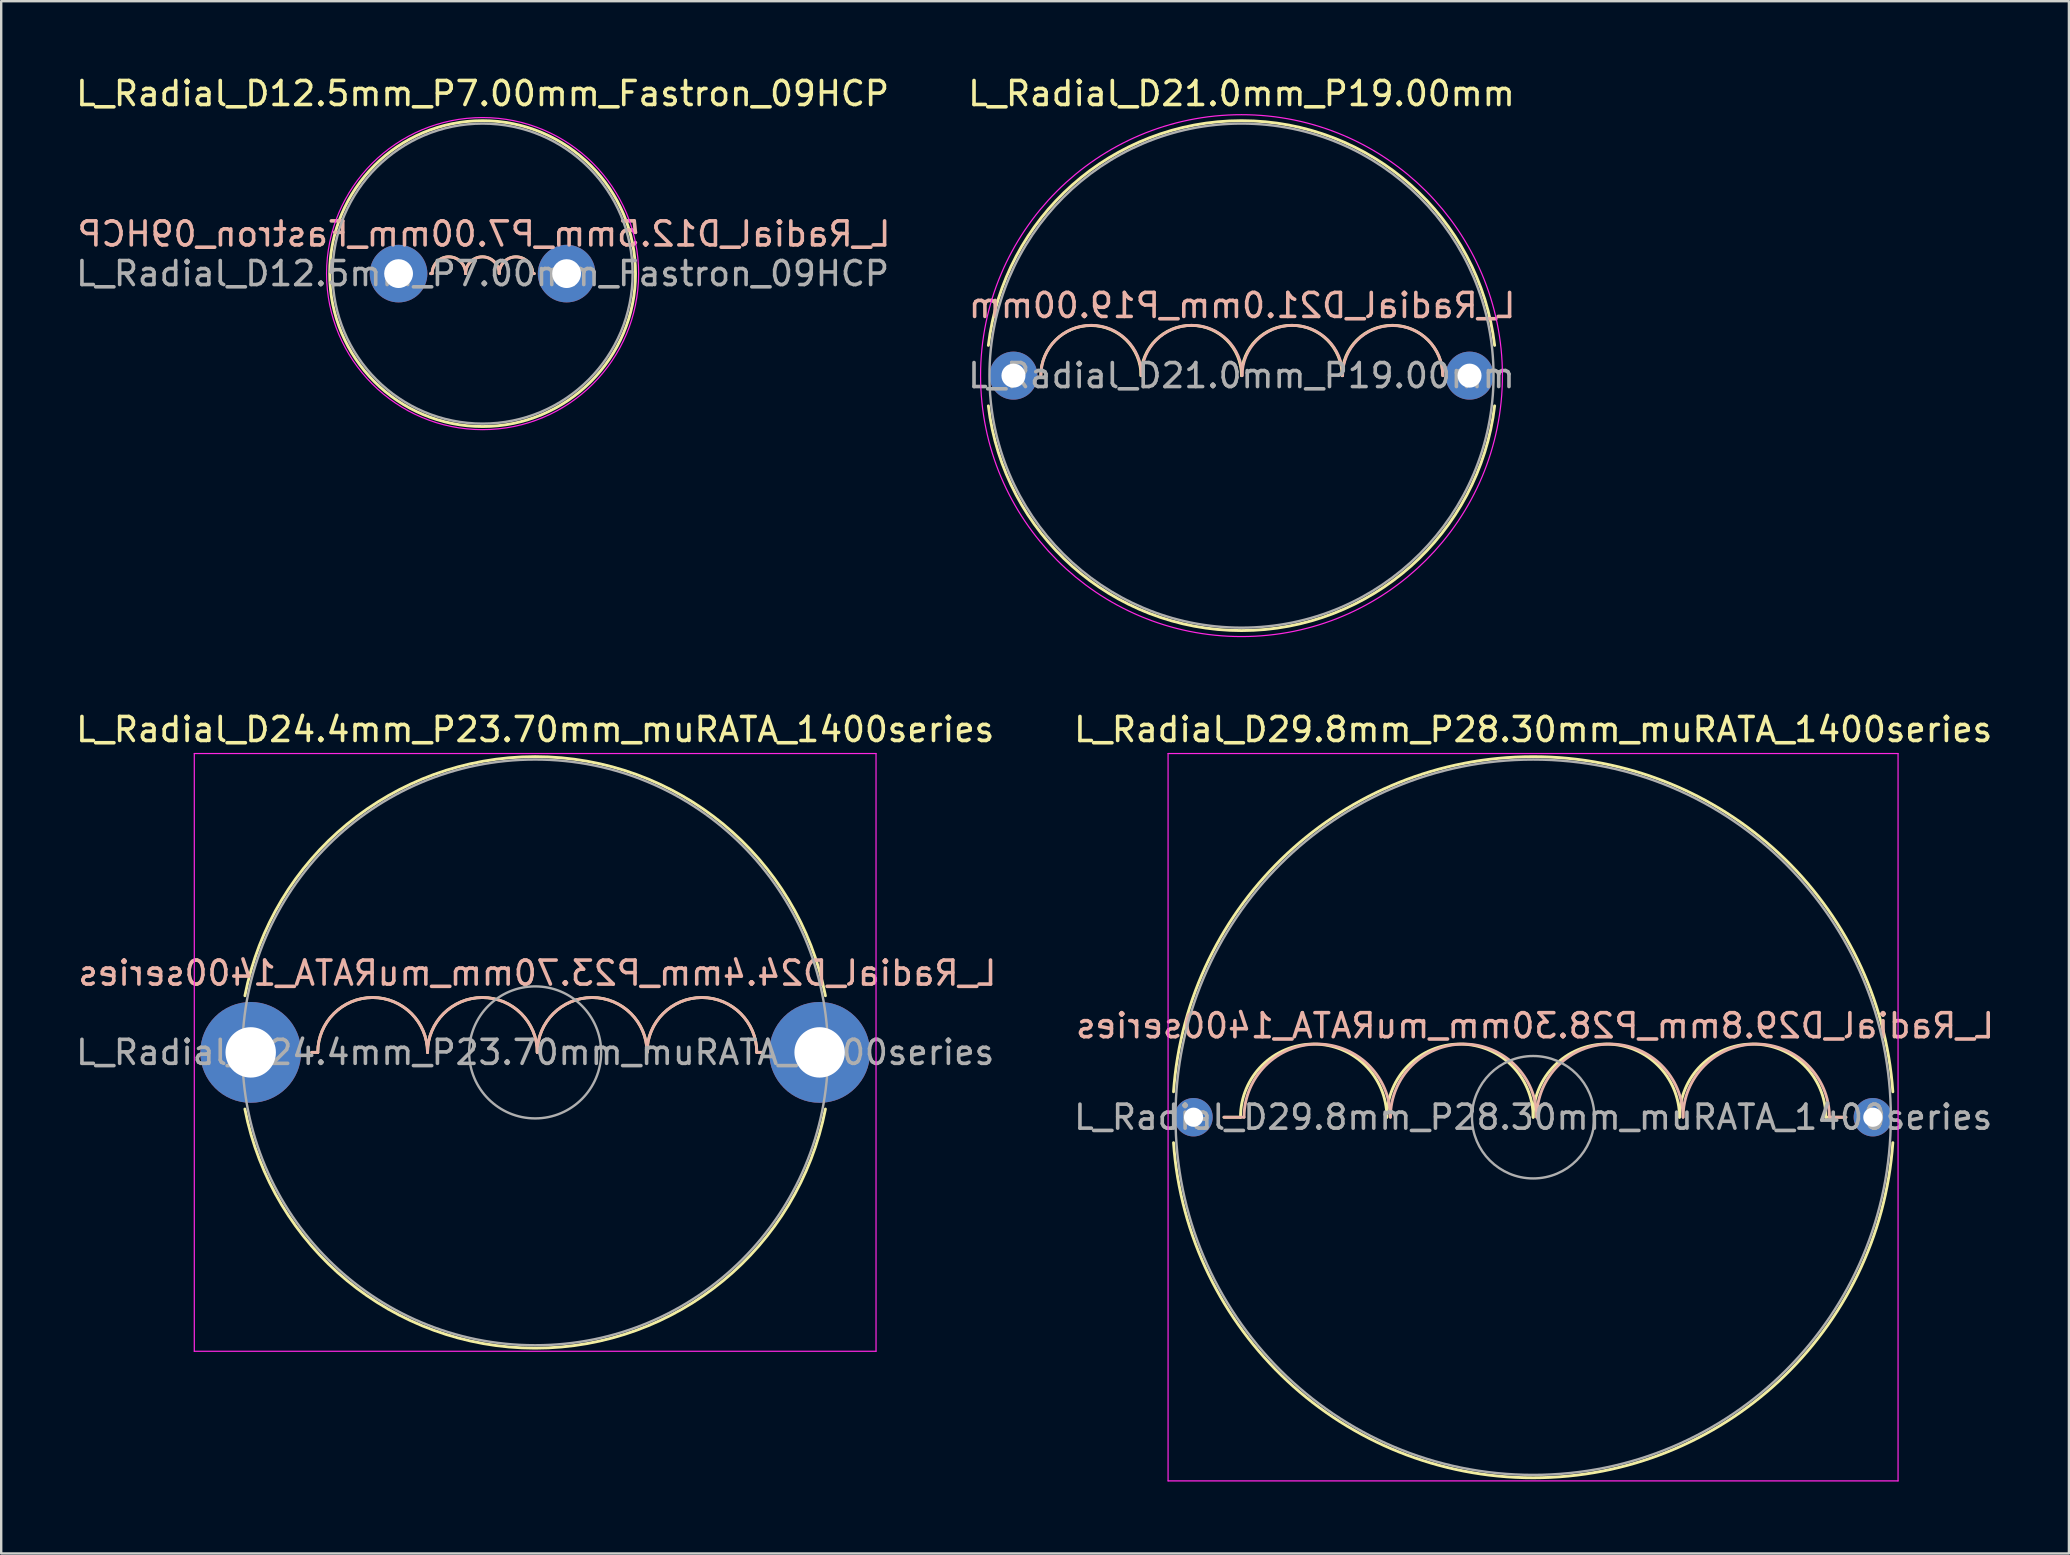
<source format=kicad_pcb>
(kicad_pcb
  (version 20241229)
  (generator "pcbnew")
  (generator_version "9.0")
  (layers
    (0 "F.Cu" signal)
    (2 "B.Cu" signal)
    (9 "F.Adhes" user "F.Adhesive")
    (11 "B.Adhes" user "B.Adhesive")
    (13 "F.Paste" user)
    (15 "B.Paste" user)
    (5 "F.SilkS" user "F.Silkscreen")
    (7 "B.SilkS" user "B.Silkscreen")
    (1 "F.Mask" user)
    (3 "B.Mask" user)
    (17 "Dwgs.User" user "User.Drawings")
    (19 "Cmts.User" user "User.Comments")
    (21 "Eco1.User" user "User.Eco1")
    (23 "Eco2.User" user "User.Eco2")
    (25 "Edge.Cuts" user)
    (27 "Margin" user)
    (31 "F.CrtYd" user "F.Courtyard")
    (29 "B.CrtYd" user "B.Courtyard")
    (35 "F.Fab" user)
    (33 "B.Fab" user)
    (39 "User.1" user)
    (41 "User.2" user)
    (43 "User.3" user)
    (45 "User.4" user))
  (footprint "L_Radial_D24.4mm_P23.70mm_muRATA_1400series"
    (layer "F.Cu")
    (at 7.394 40.791)
    (property "Reference" "L_Radial_D24.4mm_P23.70mm_muRATA_1400series" (at 11.85 -13.45 0) (layer "F.SilkS") (effects (font (size 1 1) (thickness 0.15))))
    (fp_line (start 2.794 0) (end 2.54 0) (stroke (width 0.12) (type solid)) (layer "F.SilkS"))
    (fp_line (start 21.082 0) (end 21.336 0) (stroke (width 0.12) (type solid)) (layer "F.SilkS"))
    (fp_arc (start -0.241848 -2.36) (mid 11.85 -12.32) (end 23.941848 -2.36) (stroke (width 0.12) (type solid)) (layer "F.SilkS"))
    (fp_arc (start 2.794 0) (mid 5.08 -2.286) (end 7.366 0) (stroke (width 0.12) (type solid)) (layer "F.SilkS"))
    (fp_arc (start 7.366 0) (mid 9.652 -2.286) (end 11.938 0) (stroke (width 0.12) (type solid)) (layer "F.SilkS"))
    (fp_arc (start 11.938 0) (mid 14.224 -2.286) (end 16.51 0) (stroke (width 0.12) (type solid)) (layer "F.SilkS"))
    (fp_arc (start 16.51 0) (mid 18.796 -2.286) (end 21.082 0) (stroke (width 0.12) (type solid)) (layer "F.SilkS"))
    (fp_arc (start 23.941848 2.36) (mid 11.85 12.32) (end -0.241848 2.36) (stroke (width 0.12) (type solid)) (layer "F.SilkS"))
    (fp_line (start 2.794 0) (end 2.54 0) (stroke (width 0.12) (type solid)) (layer "B.SilkS"))
    (fp_line (start 21.082 0) (end 21.336 0) (stroke (width 0.12) (type solid)) (layer "B.SilkS"))
    (fp_arc (start 2.794 0) (mid 5.08 -2.286) (end 7.366 0) (stroke (width 0.12) (type solid)) (layer "B.SilkS"))
    (fp_arc (start 7.366 0) (mid 9.652 -2.286) (end 11.938 0) (stroke (width 0.12) (type solid)) (layer "B.SilkS"))
    (fp_arc (start 11.938 0) (mid 14.224 -2.286) (end 16.51 0) (stroke (width 0.12) (type solid)) (layer "B.SilkS"))
    (fp_arc (start 16.51 0) (mid 18.796 -2.286) (end 21.082 0) (stroke (width 0.12) (type solid)) (layer "B.SilkS"))
    (fp_line (start -2.35 -12.45) (end -2.35 12.45) (stroke (width 0.05) (type solid)) (layer "F.CrtYd"))
    (fp_line (start -2.35 12.45) (end 26.05 12.45) (stroke (width 0.05) (type solid)) (layer "F.CrtYd"))
    (fp_line (start 26.05 -12.45) (end -2.35 -12.45) (stroke (width 0.05) (type solid)) (layer "F.CrtYd"))
    (fp_line (start 26.05 12.45) (end 26.05 -12.45) (stroke (width 0.05) (type solid)) (layer "F.CrtYd"))
    (fp_circle (center 11.85 0) (end 14.6 0) (stroke (width 0.1) (type solid)) (fill no) (layer "F.Fab"))
    (fp_circle (center 11.85 0) (end 24.05 0) (stroke (width 0.1) (type solid)) (fill no) (layer "F.Fab"))
    (fp_text user "${REFERENCE}" (at 11.938 -3.302 0) (layer "B.SilkS") (effects (font (size 1 1) (thickness 0.15)) (justify mirror)))
    (fp_text user "${REFERENCE}" (at 11.85 0 0) (layer "F.Fab") (effects (font (size 1 1) (thickness 0.15))))
    (pad "1" thru_hole circle (at 0 0) (size 4.2 4.2) (drill 2.1) (layers "*.Cu" "*.Mask"))
    (pad "2" thru_hole circle (at 23.7 0) (size 4.2 4.2) (drill 2.1) (layers "*.Cu" "*.Mask")))
  (footprint "L_Radial_D29.8mm_P28.30mm_muRATA_1400series"
    (layer "F.Cu")
    (at 46.67 43.492)
    (property "Reference" "L_Radial_D29.8mm_P28.30mm_muRATA_1400series" (at 14.15 -16.15 0) (layer "F.SilkS") (effects (font (size 1 1) (thickness 0.15))))
    (fp_line (start 1.958 0) (end 1.27 0) (stroke (width 0.12) (type solid)) (layer "F.SilkS"))
    (fp_line (start 26.342 0) (end 27.178 0) (stroke (width 0.12) (type solid)) (layer "F.SilkS"))
    (fp_arc (start -0.83255 -1.06) (mid 14.15 -15.02) (end 29.13255 -1.06) (stroke (width 0.12) (type solid)) (layer "F.SilkS"))
    (fp_arc (start 1.958 0) (mid 5.006 -3.048) (end 8.054 0) (stroke (width 0.12) (type solid)) (layer "F.SilkS"))
    (fp_arc (start 8.054 0) (mid 11.102 -3.048) (end 14.15 0) (stroke (width 0.12) (type solid)) (layer "F.SilkS"))
    (fp_arc (start 14.15 0) (mid 17.198 -3.048) (end 20.246 0) (stroke (width 0.12) (type solid)) (layer "F.SilkS"))
    (fp_arc (start 20.246 0) (mid 23.294 -3.048) (end 26.342 0) (stroke (width 0.12) (type solid)) (layer "F.SilkS"))
    (fp_arc (start 29.13255 1.06) (mid 14.15 15.02) (end -0.83255 1.06) (stroke (width 0.12) (type solid)) (layer "F.SilkS"))
    (fp_line (start 2.106 0) (end 1.27 0) (stroke (width 0.12) (type solid)) (layer "B.SilkS"))
    (fp_line (start 26.49 0) (end 27.178 0) (stroke (width 0.12) (type solid)) (layer "B.SilkS"))
    (fp_arc (start 2.106 0) (mid 5.154 -3.048) (end 8.202 0) (stroke (width 0.12) (type solid)) (layer "B.SilkS"))
    (fp_arc (start 8.202 0) (mid 11.25 -3.048) (end 14.298 0) (stroke (width 0.12) (type solid)) (layer "B.SilkS"))
    (fp_arc (start 14.298 0) (mid 17.346 -3.048) (end 20.394 0) (stroke (width 0.12) (type solid)) (layer "B.SilkS"))
    (fp_arc (start 20.394 0) (mid 23.442 -3.048) (end 26.49 0) (stroke (width 0.12) (type solid)) (layer "B.SilkS"))
    (fp_line (start -1.06 -15.15) (end -1.06 15.15) (stroke (width 0.05) (type solid)) (layer "F.CrtYd"))
    (fp_line (start -1.06 15.15) (end 29.35 15.15) (stroke (width 0.05) (type solid)) (layer "F.CrtYd"))
    (fp_line (start 29.35 -15.15) (end -1.06 -15.15) (stroke (width 0.05) (type solid)) (layer "F.CrtYd"))
    (fp_line (start 29.35 15.15) (end 29.35 -15.15) (stroke (width 0.05) (type solid)) (layer "F.CrtYd"))
    (fp_circle (center 14.15 0) (end 16.7 0) (stroke (width 0.1) (type solid)) (fill no) (layer "F.Fab"))
    (fp_circle (center 14.15 0) (end 29.05 0) (stroke (width 0.1) (type solid)) (fill no) (layer "F.Fab"))
    (fp_text user "${REFERENCE}" (at 14.224 -3.81 0) (layer "B.SilkS") (effects (font (size 1 1) (thickness 0.15)) (justify mirror)))
    (fp_text user "${REFERENCE}" (at 14.15 0 0) (layer "F.Fab") (effects (font (size 1 1) (thickness 0.15))))
    (pad "1" thru_hole circle (at 0 0) (size 1.6 1.6) (drill 0.8) (layers "*.Cu" "*.Mask"))
    (pad "2" thru_hole circle (at 28.3 0) (size 1.6 1.6) (drill 0.8) (layers "*.Cu" "*.Mask")))
  (footprint "L_Radial_D12.5mm_P7.00mm_Fastron_09HCP"
    (layer "F.Cu")
    (at 13.554 8.348)
    (property "Reference" "L_Radial_D12.5mm_P7.00mm_Fastron_09HCP" (at 3.5 -7.5 0) (layer "F.SilkS") (effects (font (size 1 1) (thickness 0.15))))
    (fp_line (start 1.397 0) (end 1.333 0) (stroke (width 0.12) (type solid)) (layer "F.SilkS"))
    (fp_line (start 5.588 0) (end 5.652 0) (stroke (width 0.12) (type solid)) (layer "F.SilkS"))
    (fp_arc (start 1.397 0) (mid 2.0955 -0.6985) (end 2.794 0) (stroke (width 0.12) (type solid)) (layer "F.SilkS"))
    (fp_arc (start 2.794 0) (mid 3.4925 -0.6985) (end 4.191 0) (stroke (width 0.12) (type solid)) (layer "F.SilkS"))
    (fp_arc (start 4.191 0) (mid 4.8895 -0.6985) (end 5.588 0) (stroke (width 0.12) (type solid)) (layer "F.SilkS"))
    (fp_circle (center 3.5 0) (end 9.87 0) (stroke (width 0.12) (type solid)) (fill no) (layer "F.SilkS"))
    (fp_line (start 1.397 0) (end 1.333 0) (stroke (width 0.12) (type solid)) (layer "B.SilkS"))
    (fp_line (start 5.588 0) (end 5.652 0) (stroke (width 0.12) (type solid)) (layer "B.SilkS"))
    (fp_arc (start 1.397 0) (mid 2.0955 -0.6985) (end 2.794 0) (stroke (width 0.12) (type solid)) (layer "B.SilkS"))
    (fp_arc (start 2.794 0) (mid 3.4925 -0.6985) (end 4.191 0) (stroke (width 0.12) (type solid)) (layer "B.SilkS"))
    (fp_arc (start 4.191 0) (mid 4.8895 -0.6985) (end 5.588 0) (stroke (width 0.12) (type solid)) (layer "B.SilkS"))
    (fp_circle (center 3.5 0) (end 10 0) (stroke (width 0.05) (type solid)) (fill no) (layer "F.CrtYd"))
    (fp_circle (center 3.5 0) (end 9.75 0) (stroke (width 0.1) (type solid)) (fill no) (layer "F.Fab"))
    (fp_text user "${REFERENCE}" (at 3.556 -1.651 0) (layer "B.SilkS") (effects (font (size 1 1) (thickness 0.15)) (justify mirror)))
    (fp_text user "${REFERENCE}" (at 3.5 0 0) (layer "F.Fab") (effects (font (size 1 1) (thickness 0.15))))
    (pad "1" thru_hole circle (at 0 0) (size 2.4 2.4) (drill 1.2) (layers "*.Cu" "*.Mask"))
    (pad "2" thru_hole circle (at 7 0) (size 2.4 2.4) (drill 1.2) (layers "*.Cu" "*.Mask")))
  (footprint "L_Radial_D21.0mm_P19.00mm"
    (layer "F.Cu")
    (at 39.169 12.598)
    (property "Reference" "L_Radial_D21.0mm_P19.00mm" (at 9.5 -11.75 0) (layer "F.SilkS") (effects (font (size 1 1) (thickness 0.15))))
    (fp_arc (start -1.044989 -1.26) (mid 9.5 -10.62) (end 20.044989 -1.26) (stroke (width 0.12) (type solid)) (layer "F.SilkS"))
    (fp_arc (start 1.138 0) (mid 3.226 -2.088) (end 5.314 0) (stroke (width 0.12) (type solid)) (layer "F.SilkS"))
    (fp_arc (start 5.314 0) (mid 7.407 -2.093) (end 9.5 0) (stroke (width 0.12) (type solid)) (layer "F.SilkS"))
    (fp_arc (start 9.5 0) (mid 11.5955 -2.0955) (end 13.691 0) (stroke (width 0.12) (type solid)) (layer "F.SilkS"))
    (fp_arc (start 13.691 0) (mid 15.7865 -2.0955) (end 17.882 0) (stroke (width 0.12) (type solid)) (layer "F.SilkS"))
    (fp_arc (start 20.044989 1.26) (mid 9.5 10.62) (end -1.044989 1.26) (stroke (width 0.12) (type solid)) (layer "F.SilkS"))
    (fp_arc (start 1.143 0) (mid 3.2385 -2.0955) (end 5.334 0) (stroke (width 0.12) (type solid)) (layer "B.SilkS"))
    (fp_arc (start 5.334 0) (mid 7.4295 -2.0955) (end 9.525 0) (stroke (width 0.12) (type solid)) (layer "B.SilkS"))
    (fp_arc (start 9.525 0) (mid 11.618 -2.093) (end 13.711 0) (stroke (width 0.12) (type solid)) (layer "B.SilkS"))
    (fp_arc (start 13.711 0) (mid 15.799 -2.088) (end 17.887 0) (stroke (width 0.12) (type solid)) (layer "B.SilkS"))
    (fp_circle (center 9.5 0) (end 20.37 0) (stroke (width 0.05) (type solid)) (fill no) (layer "F.CrtYd"))
    (fp_circle (center 9.5 0) (end 20 0) (stroke (width 0.1) (type solid)) (fill no) (layer "F.Fab"))
    (fp_text user "${REFERENCE}" (at 9.525 -2.921 0) (layer "B.SilkS") (effects (font (size 1 1) (thickness 0.15)) (justify mirror)))
    (fp_text user "${REFERENCE}" (at 9.5 0 0) (layer "F.Fab") (effects (font (size 1 1) (thickness 0.15))))
    (pad "1" thru_hole circle (at 0 0) (size 2 2) (drill 1) (layers "*.Cu" "*.Mask"))
    (pad "2" thru_hole circle (at 19 0) (size 2 2) (drill 1) (layers "*.Cu" "*.Mask")))
  (gr_rect
    (start -3 -3)
    (end 83.138 61.666)
    (stroke (width 0.1) (type default))
    (fill no)
    (layer "Edge.Cuts")))
</source>
